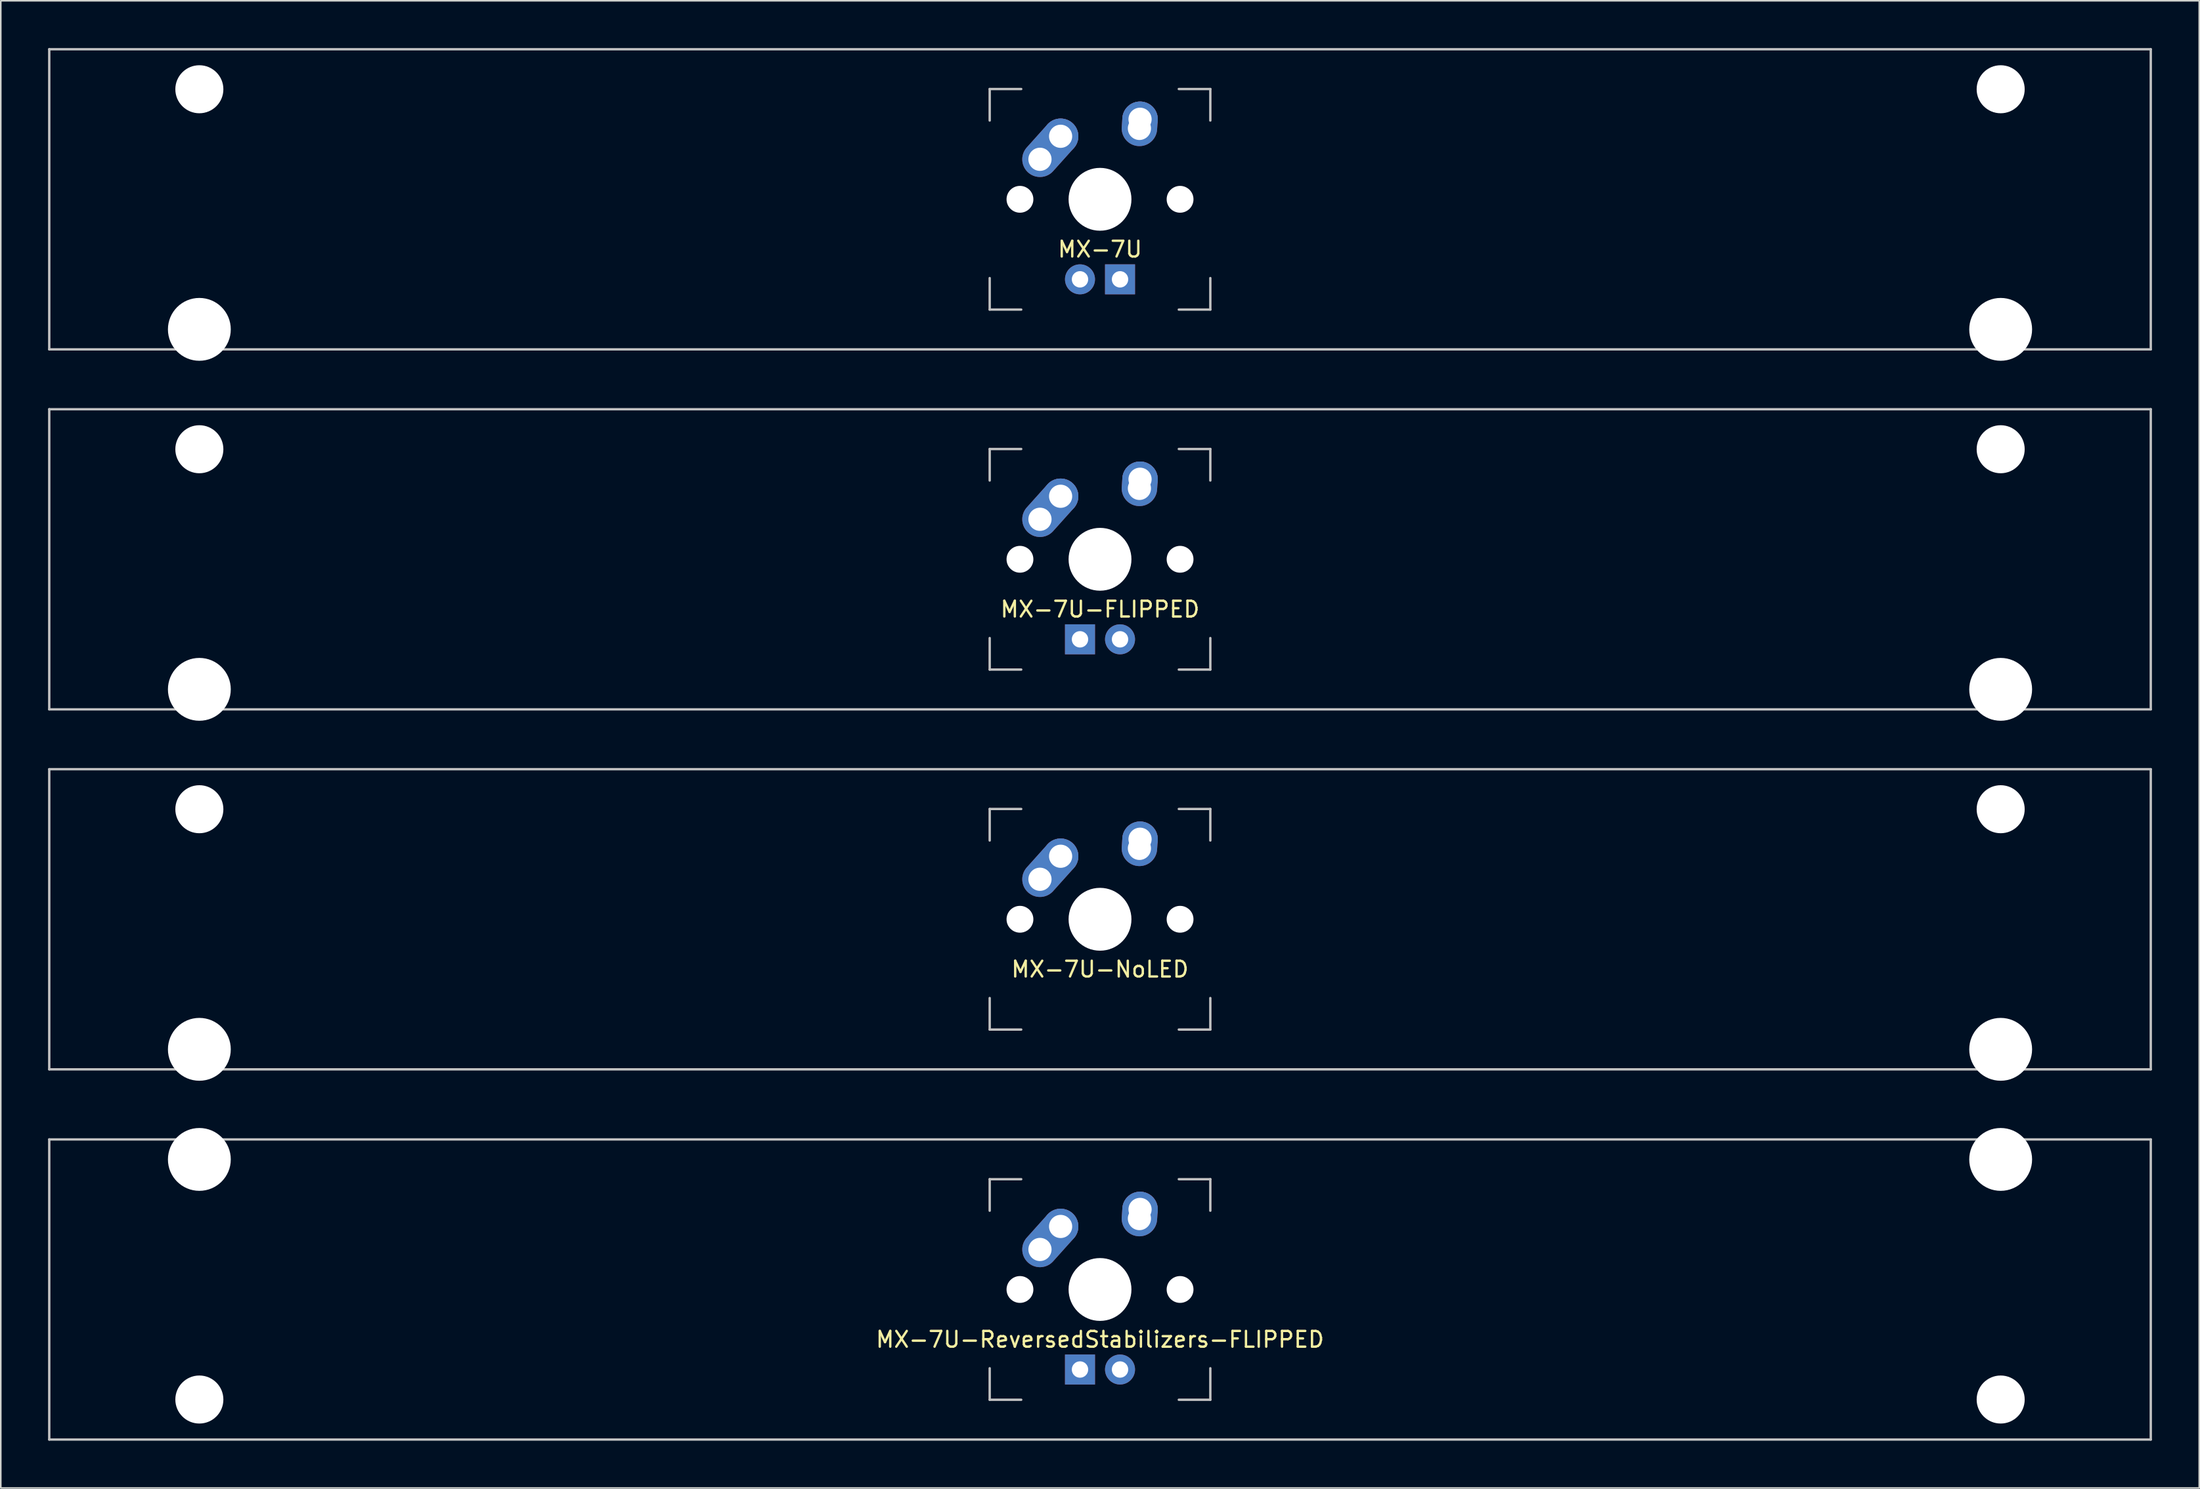
<source format=kicad_pcb>
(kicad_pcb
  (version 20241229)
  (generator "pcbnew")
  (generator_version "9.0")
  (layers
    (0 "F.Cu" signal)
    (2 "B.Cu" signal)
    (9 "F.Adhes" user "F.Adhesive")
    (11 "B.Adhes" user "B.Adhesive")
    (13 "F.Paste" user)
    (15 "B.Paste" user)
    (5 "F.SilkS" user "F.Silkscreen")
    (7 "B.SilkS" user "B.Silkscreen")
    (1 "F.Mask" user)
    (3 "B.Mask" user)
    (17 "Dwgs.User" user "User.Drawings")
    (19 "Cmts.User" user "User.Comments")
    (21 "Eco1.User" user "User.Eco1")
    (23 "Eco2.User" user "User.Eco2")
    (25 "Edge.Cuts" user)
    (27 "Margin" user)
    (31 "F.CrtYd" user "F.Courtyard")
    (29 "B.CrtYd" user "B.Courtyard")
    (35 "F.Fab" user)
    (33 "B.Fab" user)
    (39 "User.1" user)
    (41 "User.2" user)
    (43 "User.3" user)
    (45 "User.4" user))
  (footprint "MX-7U-FLIPPED"
    (layer "F.Cu")
    (at 66.75 32.449)
    (property "Reference" "MX-7U-FLIPPED" (at 0 3.175 0) (layer "F.SilkS") (effects (font (size 1 1) (thickness 0.15))))
    (attr through_hole)
    (fp_line (start -66.675 -9.525) (end 66.675 -9.525) (stroke (width 0.15) (type solid)) (layer "Dwgs.User"))
    (fp_line (start -66.675 9.525) (end -66.675 -9.525) (stroke (width 0.15) (type solid)) (layer "Dwgs.User"))
    (fp_line (start -66.675 9.525) (end 66.675 9.525) (stroke (width 0.15) (type solid)) (layer "Dwgs.User"))
    (fp_line (start -7 -7) (end -7 -5) (stroke (width 0.15) (type solid)) (layer "Dwgs.User"))
    (fp_line (start -7 5) (end -7 7) (stroke (width 0.15) (type solid)) (layer "Dwgs.User"))
    (fp_line (start -7 7) (end -5 7) (stroke (width 0.15) (type solid)) (layer "Dwgs.User"))
    (fp_line (start -5 -7) (end -7 -7) (stroke (width 0.15) (type solid)) (layer "Dwgs.User"))
    (fp_line (start 5 -7) (end 7 -7) (stroke (width 0.15) (type solid)) (layer "Dwgs.User"))
    (fp_line (start 5 7) (end 7 7) (stroke (width 0.15) (type solid)) (layer "Dwgs.User"))
    (fp_line (start 7 -7) (end 7 -5) (stroke (width 0.15) (type solid)) (layer "Dwgs.User"))
    (fp_line (start 7 7) (end 7 5) (stroke (width 0.15) (type solid)) (layer "Dwgs.User"))
    (fp_line (start 66.675 -9.525) (end 66.675 9.525) (stroke (width 0.15) (type solid)) (layer "Dwgs.User"))
    (pad "" np_thru_hole circle (at -57.15 -6.985) (size 3.048 3.048) (drill 3.048) (layers "*.Cu" "*.Mask"))
    (pad "" np_thru_hole circle (at -57.15 8.255) (size 3.988 3.988) (drill 3.988) (layers "*.Cu" "*.Mask"))
    (pad "" np_thru_hole circle (at -5.08 0 48.1) (size 1.702 1.702) (drill 1.702) (layers "*.Cu" "*.Mask"))
    (pad "" np_thru_hole circle (at 0 0) (size 3.988 3.988) (drill 3.988) (layers "*.Cu" "*.Mask"))
    (pad "" np_thru_hole circle (at 5.08 0 48.1) (size 1.702 1.702) (drill 1.702) (layers "*.Cu" "*.Mask"))
    (pad "" np_thru_hole circle (at 57.15 -6.985) (size 3.048 3.048) (drill 3.048) (layers "*.Cu" "*.Mask"))
    (pad "" np_thru_hole circle (at 57.15 8.255) (size 3.988 3.988) (drill 3.988) (layers "*.Cu" "*.Mask"))
    (pad "1" thru_hole oval (at -3.81 -2.54 48.1) (size 4.212 2.25) (drill 1.47 (offset 0.981 0)) (layers "*.Cu" "*.Mask"))
    (pad "1" thru_hole circle (at -2.5 -4) (size 2.25 2.25) (drill 1.47) (layers "*.Cu" "*.Mask"))
    (pad "2" thru_hole oval (at 2.5 -4.5 86.055) (size 2.831 2.25) (drill 1.47 (offset 0.291 0)) (layers "*.Cu" "*.Mask"))
    (pad "2" thru_hole circle (at 2.54 -5.08) (size 2.25 2.25) (drill 1.47) (layers "*.Cu" "*.Mask"))
    (pad "3" thru_hole circle (at 1.27 5.08) (size 1.905 1.905) (drill 1.04) (layers "*.Cu" "*.Mask"))
    (pad "4" thru_hole rect (at -1.27 5.08) (size 1.905 1.905) (drill 1.04) (layers "*.Cu" "*.Mask")))
  (footprint "MX-7U"
    (layer "F.Cu")
    (at 66.75 9.6)
    (property "Reference" "MX-7U" (at 0 3.175 0) (layer "F.SilkS") (effects (font (size 1 1) (thickness 0.15))))
    (attr through_hole)
    (fp_line (start -66.675 -9.525) (end 66.675 -9.525) (stroke (width 0.15) (type solid)) (layer "Dwgs.User"))
    (fp_line (start -66.675 9.525) (end -66.675 -9.525) (stroke (width 0.15) (type solid)) (layer "Dwgs.User"))
    (fp_line (start -66.675 9.525) (end 66.675 9.525) (stroke (width 0.15) (type solid)) (layer "Dwgs.User"))
    (fp_line (start -7 -7) (end -7 -5) (stroke (width 0.15) (type solid)) (layer "Dwgs.User"))
    (fp_line (start -7 5) (end -7 7) (stroke (width 0.15) (type solid)) (layer "Dwgs.User"))
    (fp_line (start -7 7) (end -5 7) (stroke (width 0.15) (type solid)) (layer "Dwgs.User"))
    (fp_line (start -5 -7) (end -7 -7) (stroke (width 0.15) (type solid)) (layer "Dwgs.User"))
    (fp_line (start 5 -7) (end 7 -7) (stroke (width 0.15) (type solid)) (layer "Dwgs.User"))
    (fp_line (start 5 7) (end 7 7) (stroke (width 0.15) (type solid)) (layer "Dwgs.User"))
    (fp_line (start 7 -7) (end 7 -5) (stroke (width 0.15) (type solid)) (layer "Dwgs.User"))
    (fp_line (start 7 7) (end 7 5) (stroke (width 0.15) (type solid)) (layer "Dwgs.User"))
    (fp_line (start 66.675 -9.525) (end 66.675 9.525) (stroke (width 0.15) (type solid)) (layer "Dwgs.User"))
    (pad "" np_thru_hole circle (at -57.15 -6.985) (size 3.048 3.048) (drill 3.048) (layers "*.Cu" "*.Mask"))
    (pad "" np_thru_hole circle (at -57.15 8.255) (size 3.988 3.988) (drill 3.988) (layers "*.Cu" "*.Mask"))
    (pad "" np_thru_hole circle (at -5.08 0 48.1) (size 1.702 1.702) (drill 1.702) (layers "*.Cu" "*.Mask"))
    (pad "" np_thru_hole circle (at 0 0) (size 3.988 3.988) (drill 3.988) (layers "*.Cu" "*.Mask"))
    (pad "" np_thru_hole circle (at 5.08 0 48.1) (size 1.702 1.702) (drill 1.702) (layers "*.Cu" "*.Mask"))
    (pad "" np_thru_hole circle (at 57.15 -6.985) (size 3.048 3.048) (drill 3.048) (layers "*.Cu" "*.Mask"))
    (pad "" np_thru_hole circle (at 57.15 8.255) (size 3.988 3.988) (drill 3.988) (layers "*.Cu" "*.Mask"))
    (pad "1" thru_hole oval (at -3.81 -2.54 48.1) (size 4.212 2.25) (drill 1.47 (offset 0.981 0)) (layers "*.Cu" "*.Mask"))
    (pad "1" thru_hole circle (at -2.5 -4) (size 2.25 2.25) (drill 1.47) (layers "*.Cu" "*.Mask"))
    (pad "2" thru_hole oval (at 2.5 -4.5 86.055) (size 2.831 2.25) (drill 1.47 (offset 0.291 0)) (layers "*.Cu" "*.Mask"))
    (pad "2" thru_hole circle (at 2.54 -5.08) (size 2.25 2.25) (drill 1.47) (layers "*.Cu" "*.Mask"))
    (pad "3" thru_hole circle (at -1.27 5.08) (size 1.905 1.905) (drill 1.04) (layers "*.Cu" "*.Mask"))
    (pad "4" thru_hole rect (at 1.27 5.08) (size 1.905 1.905) (drill 1.04) (layers "*.Cu" "*.Mask")))
  (footprint "MX-7U-ReversedStabilizers-FLIPPED"
    (layer "F.Cu")
    (at 66.75 78.796)
    (property "Reference" "MX-7U-ReversedStabilizers-FLIPPED" (at 0 3.175 0) (layer "F.SilkS") (effects (font (size 1 1) (thickness 0.15))))
    (attr through_hole)
    (fp_line (start -66.675 -9.525) (end 66.675 -9.525) (stroke (width 0.15) (type solid)) (layer "Dwgs.User"))
    (fp_line (start -66.675 9.525) (end -66.675 -9.525) (stroke (width 0.15) (type solid)) (layer "Dwgs.User"))
    (fp_line (start -66.675 9.525) (end 66.675 9.525) (stroke (width 0.15) (type solid)) (layer "Dwgs.User"))
    (fp_line (start -7 -7) (end -7 -5) (stroke (width 0.15) (type solid)) (layer "Dwgs.User"))
    (fp_line (start -7 5) (end -7 7) (stroke (width 0.15) (type solid)) (layer "Dwgs.User"))
    (fp_line (start -7 7) (end -5 7) (stroke (width 0.15) (type solid)) (layer "Dwgs.User"))
    (fp_line (start -5 -7) (end -7 -7) (stroke (width 0.15) (type solid)) (layer "Dwgs.User"))
    (fp_line (start 5 -7) (end 7 -7) (stroke (width 0.15) (type solid)) (layer "Dwgs.User"))
    (fp_line (start 5 7) (end 7 7) (stroke (width 0.15) (type solid)) (layer "Dwgs.User"))
    (fp_line (start 7 -7) (end 7 -5) (stroke (width 0.15) (type solid)) (layer "Dwgs.User"))
    (fp_line (start 7 7) (end 7 5) (stroke (width 0.15) (type solid)) (layer "Dwgs.User"))
    (fp_line (start 66.675 -9.525) (end 66.675 9.525) (stroke (width 0.15) (type solid)) (layer "Dwgs.User"))
    (pad "" np_thru_hole circle (at -57.15 -8.255) (size 3.988 3.988) (drill 3.988) (layers "*.Cu" "*.Mask"))
    (pad "" np_thru_hole circle (at -57.15 6.985) (size 3.048 3.048) (drill 3.048) (layers "*.Cu" "*.Mask"))
    (pad "" np_thru_hole circle (at -5.08 0 48.1) (size 1.702 1.702) (drill 1.702) (layers "*.Cu" "*.Mask"))
    (pad "" np_thru_hole circle (at 0 0) (size 3.988 3.988) (drill 3.988) (layers "*.Cu" "*.Mask"))
    (pad "" np_thru_hole circle (at 5.08 0 48.1) (size 1.702 1.702) (drill 1.702) (layers "*.Cu" "*.Mask"))
    (pad "" np_thru_hole circle (at 57.15 -8.255) (size 3.988 3.988) (drill 3.988) (layers "*.Cu" "*.Mask"))
    (pad "" np_thru_hole circle (at 57.15 6.985) (size 3.048 3.048) (drill 3.048) (layers "*.Cu" "*.Mask"))
    (pad "1" thru_hole oval (at -3.81 -2.54 48.1) (size 4.212 2.25) (drill 1.47 (offset 0.981 0)) (layers "*.Cu" "*.Mask"))
    (pad "1" thru_hole circle (at -2.5 -4) (size 2.25 2.25) (drill 1.47) (layers "*.Cu" "*.Mask"))
    (pad "2" thru_hole oval (at 2.5 -4.5 86.055) (size 2.831 2.25) (drill 1.47 (offset 0.291 0)) (layers "*.Cu" "*.Mask"))
    (pad "2" thru_hole circle (at 2.54 -5.08) (size 2.25 2.25) (drill 1.47) (layers "*.Cu" "*.Mask"))
    (pad "3" thru_hole circle (at 1.27 5.08) (size 1.905 1.905) (drill 1.04) (layers "*.Cu" "*.Mask"))
    (pad "4" thru_hole rect (at -1.27 5.08) (size 1.905 1.905) (drill 1.04) (layers "*.Cu" "*.Mask")))
  (footprint "MX-7U-NoLED"
    (layer "F.Cu")
    (at 66.75 55.298)
    (property "Reference" "MX-7U-NoLED" (at 0 3.175 0) (layer "F.SilkS") (effects (font (size 1 1) (thickness 0.15))))
    (attr through_hole)
    (fp_line (start -66.675 -9.525) (end 66.675 -9.525) (stroke (width 0.15) (type solid)) (layer "Dwgs.User"))
    (fp_line (start -66.675 9.525) (end -66.675 -9.525) (stroke (width 0.15) (type solid)) (layer "Dwgs.User"))
    (fp_line (start -66.675 9.525) (end 66.675 9.525) (stroke (width 0.15) (type solid)) (layer "Dwgs.User"))
    (fp_line (start -7 -7) (end -7 -5) (stroke (width 0.15) (type solid)) (layer "Dwgs.User"))
    (fp_line (start -7 5) (end -7 7) (stroke (width 0.15) (type solid)) (layer "Dwgs.User"))
    (fp_line (start -7 7) (end -5 7) (stroke (width 0.15) (type solid)) (layer "Dwgs.User"))
    (fp_line (start -5 -7) (end -7 -7) (stroke (width 0.15) (type solid)) (layer "Dwgs.User"))
    (fp_line (start 5 -7) (end 7 -7) (stroke (width 0.15) (type solid)) (layer "Dwgs.User"))
    (fp_line (start 5 7) (end 7 7) (stroke (width 0.15) (type solid)) (layer "Dwgs.User"))
    (fp_line (start 7 -7) (end 7 -5) (stroke (width 0.15) (type solid)) (layer "Dwgs.User"))
    (fp_line (start 7 7) (end 7 5) (stroke (width 0.15) (type solid)) (layer "Dwgs.User"))
    (fp_line (start 66.675 -9.525) (end 66.675 9.525) (stroke (width 0.15) (type solid)) (layer "Dwgs.User"))
    (pad "" np_thru_hole circle (at -57.15 -6.985) (size 3.048 3.048) (drill 3.048) (layers "*.Cu" "*.Mask"))
    (pad "" np_thru_hole circle (at -57.15 8.255) (size 3.988 3.988) (drill 3.988) (layers "*.Cu" "*.Mask"))
    (pad "" np_thru_hole circle (at -5.08 0 48.1) (size 1.702 1.702) (drill 1.702) (layers "*.Cu" "*.Mask"))
    (pad "" np_thru_hole circle (at 0 0) (size 3.988 3.988) (drill 3.988) (layers "*.Cu" "*.Mask"))
    (pad "" np_thru_hole circle (at 5.08 0 48.1) (size 1.702 1.702) (drill 1.702) (layers "*.Cu" "*.Mask"))
    (pad "" np_thru_hole circle (at 57.15 -6.985) (size 3.048 3.048) (drill 3.048) (layers "*.Cu" "*.Mask"))
    (pad "" np_thru_hole circle (at 57.15 8.255) (size 3.988 3.988) (drill 3.988) (layers "*.Cu" "*.Mask"))
    (pad "1" thru_hole oval (at -3.81 -2.54 48.1) (size 4.212 2.25) (drill 1.47 (offset 0.981 0)) (layers "*.Cu" "*.Mask"))
    (pad "1" thru_hole circle (at -2.5 -4) (size 2.25 2.25) (drill 1.47) (layers "*.Cu" "*.Mask"))
    (pad "2" thru_hole oval (at 2.5 -4.5 86.055) (size 2.831 2.25) (drill 1.47 (offset 0.291 0)) (layers "*.Cu" "*.Mask"))
    (pad "2" thru_hole circle (at 2.54 -5.08) (size 2.25 2.25) (drill 1.47) (layers "*.Cu" "*.Mask")))
  (gr_rect
    (start -3 -3)
    (end 136.5 91.396)
    (stroke (width 0.1) (type default))
    (fill no)
    (layer "Edge.Cuts")))
</source>
